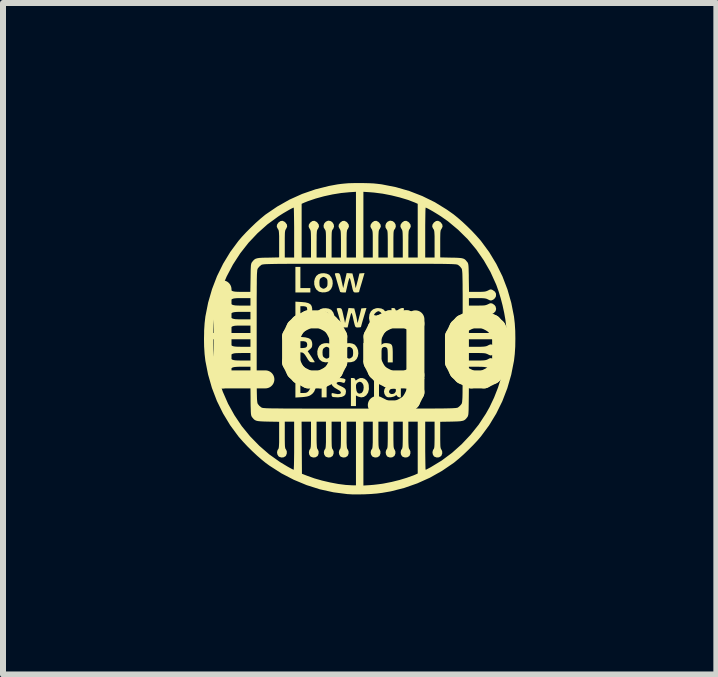
<source format=kicad_pcb>
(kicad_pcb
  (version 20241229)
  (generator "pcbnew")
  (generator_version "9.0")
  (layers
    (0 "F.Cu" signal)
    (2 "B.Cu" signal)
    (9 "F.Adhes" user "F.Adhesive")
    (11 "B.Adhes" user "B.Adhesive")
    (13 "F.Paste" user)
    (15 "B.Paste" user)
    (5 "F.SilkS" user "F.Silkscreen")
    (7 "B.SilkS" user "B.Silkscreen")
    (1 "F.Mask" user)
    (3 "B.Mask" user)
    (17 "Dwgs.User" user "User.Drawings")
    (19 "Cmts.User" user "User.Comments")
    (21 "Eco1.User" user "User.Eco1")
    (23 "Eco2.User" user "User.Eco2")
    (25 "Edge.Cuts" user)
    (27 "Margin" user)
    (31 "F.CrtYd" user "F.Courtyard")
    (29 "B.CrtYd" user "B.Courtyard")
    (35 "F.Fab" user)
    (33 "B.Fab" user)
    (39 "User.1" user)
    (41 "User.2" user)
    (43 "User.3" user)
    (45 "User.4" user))
  (footprint "Logo"
    (layer "F.Cu")
    (at 2.943 2.593)
    (property "Reference" "Logo" (at 0 0 0) (layer "F.SilkS") (effects (font (size 1.5 1.5) (thickness 0.3))))
    (attr board_only exclude_from_pos_files exclude_from_bom)
    (fp_poly (pts (xy -0.551 0.817) (xy -0.551 0.978) (xy -0.593 0.978) (xy -0.634 0.978) (xy -0.634 0.817) (xy -0.634 0.655) (xy -0.593 0.655) (xy -0.551 0.655)) (stroke (width 0) (type solid)) (fill yes) (layer "F.SilkS"))
    (fp_poly (pts (xy 0.322 0.749) (xy 0.322 0.978) (xy 0.281 0.978) (xy 0.239 0.978) (xy 0.239 0.749) (xy 0.239 0.52) (xy 0.281 0.52) (xy 0.322 0.52)) (stroke (width 0) (type solid)) (fill yes) (layer "F.SilkS"))
    (fp_poly (pts (xy -0.988 -1.019) (xy -0.988 -0.843) (xy -0.905 -0.843) (xy -0.822 -0.843) (xy -0.822 -0.806) (xy -0.822 -0.77) (xy -0.947 -0.77) (xy -1.071 -0.77) (xy -1.071 -0.983) (xy -1.071 -1.196) (xy -1.03 -1.196) (xy -0.988 -1.196)) (stroke (width 0) (type solid)) (fill yes) (layer "F.SilkS"))
    (fp_poly (pts (xy -0.568 0.527) (xy -0.553 0.547) (xy -0.551 0.562) (xy -0.559 0.588) (xy -0.579 0.602) (xy -0.605 0.602) (xy -0.629 0.587) (xy -0.642 0.57) (xy -0.645 0.562) (xy -0.637 0.546) (xy -0.619 0.529) (xy -0.6 0.52) (xy -0.598 0.52)) (stroke (width 0) (type solid)) (fill yes) (layer "F.SilkS"))
    (fp_poly (pts (xy 0.737 -0.503) (xy 0.738 -0.497) (xy 0.733 -0.463) (xy 0.719 -0.442) (xy 0.706 -0.437) (xy 0.677 -0.431) (xy 0.648 -0.417) (xy 0.626 -0.398) (xy 0.62 -0.39) (xy 0.617 -0.372) (xy 0.615 -0.339) (xy 0.614 -0.298) (xy 0.614 -0.28) (xy 0.614 -0.187) (xy 0.572 -0.187) (xy 0.53 -0.187) (xy 0.53 -0.348) (xy 0.53 -0.51) (xy 0.561 -0.51) (xy 0.583 -0.506) (xy 0.594 -0.492) (xy 0.598 -0.477) (xy 0.604 -0.455) (xy 0.61 -0.451) (xy 0.621 -0.463) (xy 0.623 -0.465) (xy 0.645 -0.485) (xy 0.673 -0.501) (xy 0.701 -0.51) (xy 0.724 -0.511)) (stroke (width 0) (type solid)) (fill yes) (layer "F.SilkS"))
    (fp_poly (pts (xy 0.789 0.657) (xy 0.836 0.66) (xy 0.874 0.776) (xy 0.911 0.892) (xy 0.951 0.774) (xy 0.99 0.655) (xy 1.034 0.655) (xy 1.079 0.655) (xy 1.004 0.853) (xy 0.98 0.915) (xy 0.957 0.971) (xy 0.937 1.018) (xy 0.92 1.053) (xy 0.91 1.072) (xy 0.909 1.073) (xy 0.882 1.095) (xy 0.848 1.111) (xy 0.813 1.122) (xy 0.783 1.123) (xy 0.766 1.116) (xy 0.761 1.102) (xy 0.759 1.081) (xy 0.762 1.061) (xy 0.773 1.052) (xy 0.798 1.049) (xy 0.828 1.042) (xy 0.849 1.023) (xy 0.855 1.013) (xy 0.874 0.981) (xy 0.807 0.818) (xy 0.741 0.654)) (stroke (width 0) (type solid)) (fill yes) (layer "F.SilkS"))
    (fp_poly (pts (xy -0.975 -0.611) (xy -0.907 -0.605) (xy -0.856 -0.593) (xy -0.822 -0.574) (xy -0.801 -0.545) (xy -0.792 -0.507) (xy -0.791 -0.481) (xy -0.796 -0.432) (xy -0.815 -0.396) (xy -0.849 -0.371) (xy -0.901 -0.354) (xy -0.918 -0.351) (xy -0.988 -0.339) (xy -0.988 -0.263) (xy -0.988 -0.187) (xy -1.03 -0.187) (xy -1.071 -0.187) (xy -1.071 -0.402) (xy -1.071 -0.541) (xy -0.988 -0.541) (xy -0.988 -0.478) (xy -0.988 -0.416) (xy -0.95 -0.416) (xy -0.919 -0.421) (xy -0.894 -0.432) (xy -0.893 -0.433) (xy -0.879 -0.457) (xy -0.874 -0.488) (xy -0.879 -0.517) (xy -0.886 -0.528) (xy -0.904 -0.536) (xy -0.933 -0.541) (xy -0.943 -0.541) (xy -0.988 -0.541) (xy -1.071 -0.541) (xy -1.071 -0.617)) (stroke (width 0) (type solid)) (fill yes) (layer "F.SilkS"))
    (fp_poly (pts (xy -0.973 0.554) (xy -0.898 0.561) (xy -0.841 0.576) (xy -0.797 0.6) (xy -0.765 0.633) (xy -0.752 0.655) (xy -0.732 0.711) (xy -0.727 0.771) (xy -0.736 0.831) (xy -0.759 0.883) (xy -0.783 0.913) (xy -0.811 0.936) (xy -0.841 0.953) (xy -0.878 0.964) (xy -0.927 0.971) (xy -0.975 0.975) (xy -1.071 0.981) (xy -1.071 0.765) (xy -1.071 0.624) (xy -0.988 0.624) (xy -0.988 0.764) (xy -0.988 0.905) (xy -0.935 0.905) (xy -0.9 0.903) (xy -0.875 0.894) (xy -0.853 0.875) (xy -0.828 0.837) (xy -0.815 0.79) (xy -0.814 0.74) (xy -0.826 0.693) (xy -0.85 0.655) (xy -0.86 0.645) (xy -0.893 0.629) (xy -0.938 0.624) (xy -0.988 0.624) (xy -1.071 0.624) (xy -1.071 0.548)) (stroke (width 0) (type solid)) (fill yes) (layer "F.SilkS"))
    (fp_poly (pts (xy -0.548 -1.083) (xy -0.51 -1.066) (xy -0.503 -1.06) (xy -0.472 -1.019) (xy -0.453 -0.971) (xy -0.449 -0.919) (xy -0.457 -0.87) (xy -0.478 -0.826) (xy -0.511 -0.794) (xy -0.523 -0.787) (xy -0.571 -0.773) (xy -0.625 -0.771) (xy -0.673 -0.782) (xy -0.682 -0.786) (xy -0.719 -0.815) (xy -0.744 -0.856) (xy -0.757 -0.904) (xy -0.757 -0.931) (xy -0.671 -0.931) (xy -0.669 -0.895) (xy -0.664 -0.872) (xy -0.651 -0.856) (xy -0.646 -0.852) (xy -0.623 -0.838) (xy -0.603 -0.832) (xy -0.582 -0.838) (xy -0.56 -0.852) (xy -0.546 -0.867) (xy -0.538 -0.888) (xy -0.536 -0.92) (xy -0.536 -0.931) (xy -0.537 -0.967) (xy -0.543 -0.99) (xy -0.556 -1.006) (xy -0.56 -1.01) (xy -0.584 -1.024) (xy -0.603 -1.03) (xy -0.624 -1.023) (xy -0.646 -1.01) (xy -0.661 -0.994) (xy -0.668 -0.974) (xy -0.671 -0.942) (xy -0.671 -0.931) (xy -0.757 -0.931) (xy -0.758 -0.955) (xy -0.746 -1.003) (xy -0.723 -1.045) (xy -0.687 -1.074) (xy -0.686 -1.075) (xy -0.644 -1.088) (xy -0.595 -1.091)) (stroke (width 0) (type solid)) (fill yes) (layer "F.SilkS"))
    (fp_poly (pts (xy -0.517 -0.501) (xy -0.479 -0.483) (xy -0.472 -0.478) (xy -0.44 -0.437) (xy -0.422 -0.388) (xy -0.417 -0.337) (xy -0.426 -0.287) (xy -0.446 -0.244) (xy -0.479 -0.212) (xy -0.492 -0.205) (xy -0.54 -0.191) (xy -0.593 -0.189) (xy -0.642 -0.2) (xy -0.651 -0.204) (xy -0.688 -0.232) (xy -0.713 -0.273) (xy -0.726 -0.321) (xy -0.726 -0.348) (xy -0.64 -0.348) (xy -0.638 -0.312) (xy -0.632 -0.289) (xy -0.62 -0.274) (xy -0.615 -0.27) (xy -0.591 -0.255) (xy -0.572 -0.25) (xy -0.551 -0.256) (xy -0.529 -0.27) (xy -0.514 -0.285) (xy -0.507 -0.305) (xy -0.505 -0.337) (xy -0.504 -0.348) (xy -0.506 -0.385) (xy -0.512 -0.407) (xy -0.524 -0.423) (xy -0.529 -0.427) (xy -0.553 -0.442) (xy -0.572 -0.447) (xy -0.593 -0.441) (xy -0.615 -0.427) (xy -0.63 -0.412) (xy -0.637 -0.392) (xy -0.64 -0.36) (xy -0.64 -0.348) (xy -0.726 -0.348) (xy -0.727 -0.372) (xy -0.715 -0.421) (xy -0.692 -0.462) (xy -0.656 -0.492) (xy -0.655 -0.492) (xy -0.612 -0.506) (xy -0.564 -0.508)) (stroke (width 0) (type solid)) (fill yes) (layer "F.SilkS"))
    (fp_poly (pts (xy -0.496 0.082) (xy -0.458 0.099) (xy -0.451 0.105) (xy -0.42 0.146) (xy -0.401 0.194) (xy -0.397 0.246) (xy -0.405 0.295) (xy -0.426 0.339) (xy -0.459 0.371) (xy -0.471 0.378) (xy -0.519 0.392) (xy -0.573 0.394) (xy -0.621 0.383) (xy -0.63 0.379) (xy -0.667 0.35) (xy -0.692 0.309) (xy -0.705 0.261) (xy -0.705 0.234) (xy -0.619 0.234) (xy -0.617 0.27) (xy -0.612 0.293) (xy -0.599 0.309) (xy -0.594 0.313) (xy -0.571 0.327) (xy -0.551 0.333) (xy -0.53 0.327) (xy -0.508 0.313) (xy -0.494 0.298) (xy -0.486 0.277) (xy -0.484 0.245) (xy -0.484 0.234) (xy -0.485 0.198) (xy -0.491 0.175) (xy -0.504 0.159) (xy -0.508 0.155) (xy -0.532 0.141) (xy -0.551 0.135) (xy -0.572 0.141) (xy -0.594 0.155) (xy -0.609 0.17) (xy -0.616 0.191) (xy -0.619 0.223) (xy -0.619 0.234) (xy -0.705 0.234) (xy -0.706 0.21) (xy -0.694 0.162) (xy -0.671 0.12) (xy -0.635 0.091) (xy -0.634 0.09) (xy -0.592 0.077) (xy -0.543 0.074)) (stroke (width 0) (type solid)) (fill yes) (layer "F.SilkS"))
    (fp_poly (pts (xy -0.274 0.663) (xy -0.262 0.666) (xy -0.241 0.676) (xy -0.236 0.688) (xy -0.241 0.708) (xy -0.25 0.729) (xy -0.26 0.737) (xy -0.279 0.734) (xy -0.3 0.727) (xy -0.333 0.721) (xy -0.361 0.723) (xy -0.381 0.733) (xy -0.385 0.744) (xy -0.376 0.757) (xy -0.352 0.773) (xy -0.325 0.786) (xy -0.28 0.808) (xy -0.251 0.827) (xy -0.235 0.847) (xy -0.229 0.872) (xy -0.229 0.885) (xy -0.236 0.925) (xy -0.259 0.953) (xy -0.298 0.97) (xy -0.355 0.977) (xy -0.373 0.977) (xy -0.409 0.975) (xy -0.438 0.973) (xy -0.45 0.971) (xy -0.465 0.957) (xy -0.468 0.935) (xy -0.468 0.917) (xy -0.463 0.908) (xy -0.45 0.907) (xy -0.423 0.913) (xy -0.41 0.916) (xy -0.364 0.924) (xy -0.332 0.92) (xy -0.314 0.909) (xy -0.314 0.891) (xy -0.331 0.869) (xy -0.367 0.847) (xy -0.419 0.816) (xy -0.453 0.786) (xy -0.468 0.755) (xy -0.467 0.72) (xy -0.462 0.703) (xy -0.443 0.681) (xy -0.41 0.666) (xy -0.367 0.657) (xy -0.32 0.656)) (stroke (width 0) (type solid)) (fill yes) (layer "F.SilkS"))
    (fp_poly (pts (xy -0.121 0.082) (xy -0.084 0.099) (xy -0.077 0.105) (xy -0.045 0.146) (xy -0.027 0.194) (xy -0.022 0.246) (xy -0.03 0.295) (xy -0.051 0.339) (xy -0.084 0.371) (xy -0.096 0.378) (xy -0.145 0.392) (xy -0.198 0.394) (xy -0.247 0.383) (xy -0.256 0.379) (xy -0.293 0.35) (xy -0.318 0.309) (xy -0.33 0.261) (xy -0.331 0.234) (xy -0.244 0.234) (xy -0.243 0.27) (xy -0.237 0.293) (xy -0.225 0.309) (xy -0.22 0.313) (xy -0.196 0.327) (xy -0.177 0.333) (xy -0.156 0.327) (xy -0.134 0.313) (xy -0.119 0.298) (xy -0.112 0.277) (xy -0.109 0.245) (xy -0.109 0.234) (xy -0.111 0.198) (xy -0.117 0.175) (xy -0.129 0.159) (xy -0.134 0.155) (xy -0.157 0.141) (xy -0.177 0.135) (xy -0.198 0.141) (xy -0.22 0.155) (xy -0.234 0.17) (xy -0.242 0.191) (xy -0.244 0.223) (xy -0.244 0.234) (xy -0.331 0.234) (xy -0.331 0.21) (xy -0.32 0.162) (xy -0.297 0.12) (xy -0.261 0.091) (xy -0.26 0.09) (xy -0.217 0.077) (xy -0.169 0.074)) (stroke (width 0) (type solid)) (fill yes) (layer "F.SilkS"))
    (fp_poly (pts (xy -0.088 0.66) (xy -0.076 0.675) (xy -0.076 0.676) (xy -0.069 0.693) (xy -0.065 0.697) (xy -0.055 0.691) (xy -0.035 0.677) (xy -0.034 0.676) (xy 0.005 0.657) (xy 0.046 0.656) (xy 0.085 0.67) (xy 0.118 0.699) (xy 0.142 0.739) (xy 0.151 0.772) (xy 0.154 0.841) (xy 0.14 0.899) (xy 0.109 0.944) (xy 0.069 0.971) (xy 0.024 0.978) (xy -0.025 0.965) (xy -0.032 0.962) (xy -0.062 0.946) (xy -0.062 1.035) (xy -0.062 1.123) (xy -0.104 1.123) (xy -0.146 1.123) (xy -0.146 0.889) (xy -0.146 0.805) (xy -0.061 0.805) (xy -0.06 0.824) (xy -0.052 0.873) (xy -0.034 0.904) (xy -0.009 0.916) (xy 0.024 0.908) (xy 0.031 0.905) (xy 0.047 0.888) (xy 0.06 0.861) (xy 0.061 0.858) (xy 0.067 0.812) (xy 0.062 0.773) (xy 0.046 0.743) (xy 0.024 0.723) (xy -0.003 0.718) (xy -0.032 0.73) (xy -0.043 0.74) (xy -0.055 0.755) (xy -0.061 0.775) (xy -0.061 0.805) (xy -0.146 0.805) (xy -0.146 0.655) (xy -0.113 0.655)) (stroke (width 0) (type solid)) (fill yes) (layer "F.SilkS"))
    (fp_poly (pts (xy -0.974 -0.028) (xy -0.906 -0.022) (xy -0.856 -0.01) (xy -0.822 0.007) (xy -0.802 0.034) (xy -0.792 0.069) (xy -0.79 0.097) (xy -0.793 0.128) (xy -0.803 0.151) (xy -0.825 0.174) (xy -0.828 0.176) (xy -0.866 0.209) (xy -0.807 0.297) (xy -0.783 0.334) (xy -0.763 0.365) (xy -0.751 0.385) (xy -0.749 0.391) (xy -0.758 0.393) (xy -0.781 0.394) (xy -0.792 0.393) (xy -0.813 0.391) (xy -0.829 0.385) (xy -0.844 0.371) (xy -0.862 0.347) (xy -0.883 0.312) (xy -0.909 0.272) (xy -0.929 0.248) (xy -0.946 0.235) (xy -0.96 0.231) (xy -0.988 0.227) (xy -0.988 0.311) (xy -0.988 0.395) (xy -1.03 0.395) (xy -1.071 0.395) (xy -1.071 0.18) (xy -1.071 0.042) (xy -0.988 0.042) (xy -0.988 0.099) (xy -0.988 0.156) (xy -0.951 0.156) (xy -0.92 0.153) (xy -0.895 0.146) (xy -0.894 0.145) (xy -0.878 0.127) (xy -0.874 0.099) (xy -0.88 0.068) (xy -0.9 0.05) (xy -0.935 0.042) (xy -0.951 0.042) (xy -0.988 0.042) (xy -1.071 0.042) (xy -1.071 -0.034)) (stroke (width 0) (type solid)) (fill yes) (layer "F.SilkS"))
    (fp_poly (pts (xy 0.36 -0.503) (xy 0.401 -0.483) (xy 0.429 -0.448) (xy 0.447 -0.396) (xy 0.452 -0.372) (xy 0.459 -0.322) (xy 0.349 -0.322) (xy 0.296 -0.321) (xy 0.259 -0.319) (xy 0.241 -0.314) (xy 0.239 -0.312) (xy 0.246 -0.298) (xy 0.263 -0.277) (xy 0.266 -0.274) (xy 0.285 -0.258) (xy 0.304 -0.251) (xy 0.332 -0.251) (xy 0.347 -0.253) (xy 0.381 -0.257) (xy 0.409 -0.263) (xy 0.419 -0.265) (xy 0.432 -0.267) (xy 0.436 -0.254) (xy 0.437 -0.241) (xy 0.433 -0.218) (xy 0.417 -0.204) (xy 0.404 -0.199) (xy 0.357 -0.189) (xy 0.305 -0.188) (xy 0.256 -0.196) (xy 0.229 -0.206) (xy 0.191 -0.238) (xy 0.166 -0.284) (xy 0.156 -0.341) (xy 0.156 -0.347) (xy 0.162 -0.396) (xy 0.239 -0.396) (xy 0.249 -0.39) (xy 0.275 -0.386) (xy 0.307 -0.385) (xy 0.345 -0.386) (xy 0.366 -0.39) (xy 0.374 -0.397) (xy 0.374 -0.4) (xy 0.366 -0.422) (xy 0.345 -0.443) (xy 0.321 -0.456) (xy 0.312 -0.458) (xy 0.291 -0.451) (xy 0.267 -0.434) (xy 0.247 -0.413) (xy 0.239 -0.396) (xy 0.239 -0.396) (xy 0.162 -0.396) (xy 0.164 -0.408) (xy 0.187 -0.456) (xy 0.224 -0.489) (xy 0.273 -0.507) (xy 0.305 -0.51)) (stroke (width 0) (type solid)) (fill yes) (layer "F.SilkS"))
    (fp_poly (pts (xy 0.119 0.079) (xy 0.13 0.093) (xy 0.135 0.106) (xy 0.143 0.108) (xy 0.161 0.098) (xy 0.17 0.093) (xy 0.212 0.077) (xy 0.258 0.074) (xy 0.3 0.084) (xy 0.316 0.094) (xy 0.343 0.115) (xy 0.373 0.093) (xy 0.397 0.079) (xy 0.422 0.074) (xy 0.459 0.075) (xy 0.493 0.08) (xy 0.517 0.089) (xy 0.534 0.104) (xy 0.544 0.13) (xy 0.549 0.169) (xy 0.551 0.224) (xy 0.551 0.261) (xy 0.551 0.395) (xy 0.51 0.395) (xy 0.468 0.395) (xy 0.468 0.282) (xy 0.467 0.228) (xy 0.465 0.191) (xy 0.461 0.168) (xy 0.454 0.154) (xy 0.452 0.152) (xy 0.424 0.137) (xy 0.395 0.141) (xy 0.374 0.156) (xy 0.365 0.168) (xy 0.359 0.184) (xy 0.355 0.208) (xy 0.354 0.246) (xy 0.354 0.286) (xy 0.354 0.395) (xy 0.312 0.395) (xy 0.27 0.395) (xy 0.27 0.308) (xy 0.269 0.24) (xy 0.262 0.19) (xy 0.251 0.158) (xy 0.234 0.141) (xy 0.209 0.137) (xy 0.193 0.139) (xy 0.173 0.151) (xy 0.159 0.174) (xy 0.15 0.212) (xy 0.146 0.267) (xy 0.146 0.297) (xy 0.146 0.395) (xy 0.104 0.395) (xy 0.062 0.395) (xy 0.062 0.234) (xy 0.062 0.073) (xy 0.093 0.073)) (stroke (width 0) (type solid)) (fill yes) (layer "F.SilkS"))
    (fp_poly (pts (xy 0.62 0.665) (xy 0.657 0.685) (xy 0.663 0.692) (xy 0.673 0.705) (xy 0.68 0.719) (xy 0.684 0.74) (xy 0.686 0.771) (xy 0.686 0.816) (xy 0.686 0.848) (xy 0.686 0.978) (xy 0.661 0.978) (xy 0.635 0.969) (xy 0.624 0.956) (xy 0.614 0.941) (xy 0.604 0.943) (xy 0.592 0.953) (xy 0.568 0.965) (xy 0.53 0.974) (xy 0.515 0.976) (xy 0.481 0.977) (xy 0.459 0.973) (xy 0.441 0.961) (xy 0.432 0.953) (xy 0.412 0.92) (xy 0.405 0.879) (xy 0.406 0.874) (xy 0.49 0.874) (xy 0.491 0.896) (xy 0.506 0.914) (xy 0.529 0.923) (xy 0.558 0.92) (xy 0.58 0.91) (xy 0.6 0.884) (xy 0.603 0.863) (xy 0.602 0.843) (xy 0.592 0.834) (xy 0.57 0.832) (xy 0.562 0.832) (xy 0.53 0.836) (xy 0.507 0.847) (xy 0.505 0.848) (xy 0.49 0.874) (xy 0.406 0.874) (xy 0.413 0.84) (xy 0.424 0.822) (xy 0.451 0.803) (xy 0.493 0.789) (xy 0.544 0.781) (xy 0.564 0.78) (xy 0.591 0.778) (xy 0.602 0.77) (xy 0.603 0.761) (xy 0.595 0.737) (xy 0.571 0.723) (xy 0.535 0.72) (xy 0.492 0.728) (xy 0.476 0.734) (xy 0.461 0.729) (xy 0.449 0.711) (xy 0.442 0.69) (xy 0.447 0.677) (xy 0.467 0.667) (xy 0.505 0.66) (xy 0.508 0.66) (xy 0.569 0.656)) (stroke (width 0) (type solid)) (fill yes) (layer "F.SilkS"))
    (fp_poly (pts (xy 0.036 -0.939) (xy 0.02 -0.886) (xy 0.006 -0.839) (xy -0.004 -0.803) (xy -0.009 -0.782) (xy -0.01 -0.777) (xy -0.02 -0.773) (xy -0.043 -0.77) (xy -0.057 -0.77) (xy -0.076 -0.77) (xy -0.09 -0.772) (xy -0.1 -0.779) (xy -0.108 -0.794) (xy -0.117 -0.819) (xy -0.126 -0.859) (xy -0.139 -0.916) (xy -0.141 -0.926) (xy -0.15 -0.964) (xy -0.159 -0.995) (xy -0.166 -1.011) (xy -0.166 -1.012) (xy -0.172 -1.006) (xy -0.18 -0.984) (xy -0.191 -0.947) (xy -0.202 -0.901) (xy -0.203 -0.895) (xy -0.232 -0.77) (xy -0.278 -0.77) (xy -0.309 -0.773) (xy -0.326 -0.78) (xy -0.327 -0.783) (xy -0.331 -0.796) (xy -0.34 -0.825) (xy -0.352 -0.866) (xy -0.366 -0.914) (xy -0.381 -0.965) (xy -0.395 -1.015) (xy -0.408 -1.059) (xy -0.412 -1.074) (xy -0.412 -1.086) (xy -0.4 -1.091) (xy -0.376 -1.092) (xy -0.358 -1.092) (xy -0.345 -1.089) (xy -0.335 -1.08) (xy -0.326 -1.063) (xy -0.318 -1.035) (xy -0.308 -0.993) (xy -0.295 -0.934) (xy -0.292 -0.923) (xy -0.275 -0.842) (xy -0.246 -0.968) (xy -0.217 -1.093) (xy -0.169 -1.09) (xy -0.121 -1.087) (xy -0.097 -0.993) (xy -0.086 -0.948) (xy -0.078 -0.907) (xy -0.073 -0.876) (xy -0.072 -0.869) (xy -0.071 -0.849) (xy -0.067 -0.849) (xy -0.063 -0.858) (xy -0.057 -0.877) (xy -0.048 -0.91) (xy -0.037 -0.953) (xy -0.029 -0.983) (xy -0.004 -1.087) (xy 0.039 -1.09) (xy 0.081 -1.093)) (stroke (width 0) (type solid)) (fill yes) (layer "F.SilkS"))
    (fp_poly (pts (xy 0.067 -0.357) (xy 0.051 -0.303) (xy 0.038 -0.257) (xy 0.028 -0.221) (xy 0.022 -0.199) (xy 0.021 -0.195) (xy 0.012 -0.19) (xy -0.012 -0.188) (xy -0.026 -0.187) (xy -0.045 -0.187) (xy -0.058 -0.189) (xy -0.069 -0.196) (xy -0.077 -0.211) (xy -0.085 -0.237) (xy -0.095 -0.277) (xy -0.108 -0.333) (xy -0.11 -0.343) (xy -0.119 -0.382) (xy -0.128 -0.412) (xy -0.134 -0.429) (xy -0.135 -0.43) (xy -0.14 -0.424) (xy -0.149 -0.401) (xy -0.159 -0.365) (xy -0.171 -0.319) (xy -0.172 -0.313) (xy -0.201 -0.187) (xy -0.246 -0.187) (xy -0.277 -0.19) (xy -0.295 -0.198) (xy -0.296 -0.2) (xy -0.3 -0.214) (xy -0.309 -0.243) (xy -0.321 -0.284) (xy -0.335 -0.332) (xy -0.35 -0.383) (xy -0.364 -0.432) (xy -0.377 -0.476) (xy -0.381 -0.491) (xy -0.381 -0.503) (xy -0.369 -0.509) (xy -0.344 -0.51) (xy -0.327 -0.509) (xy -0.314 -0.506) (xy -0.304 -0.498) (xy -0.295 -0.481) (xy -0.287 -0.453) (xy -0.277 -0.411) (xy -0.264 -0.351) (xy -0.261 -0.341) (xy -0.244 -0.26) (xy -0.215 -0.385) (xy -0.186 -0.511) (xy -0.138 -0.508) (xy -0.09 -0.504) (xy -0.066 -0.411) (xy -0.055 -0.366) (xy -0.047 -0.324) (xy -0.042 -0.294) (xy -0.041 -0.286) (xy -0.04 -0.267) (xy -0.036 -0.266) (xy -0.032 -0.276) (xy -0.026 -0.294) (xy -0.017 -0.328) (xy -0.006 -0.371) (xy 0.002 -0.4) (xy 0.027 -0.504) (xy 0.07 -0.508) (xy 0.113 -0.511)) (stroke (width 0) (type solid)) (fill yes) (layer "F.SilkS"))
    (fp_poly (pts (xy 0.09 -2.592) (xy 0.164 -2.59) (xy 0.229 -2.587) (xy 0.288 -2.581) (xy 0.348 -2.574) (xy 0.369 -2.571) (xy 0.603 -2.525) (xy 0.828 -2.46) (xy 1.044 -2.376) (xy 1.252 -2.274) (xy 1.45 -2.152) (xy 1.565 -2.071) (xy 1.634 -2.015) (xy 1.711 -1.948) (xy 1.791 -1.873) (xy 1.87 -1.795) (xy 1.943 -1.717) (xy 2.006 -1.646) (xy 2.021 -1.628) (xy 2.158 -1.442) (xy 2.277 -1.245) (xy 2.379 -1.038) (xy 2.462 -0.821) (xy 2.526 -0.597) (xy 2.571 -0.369) (xy 2.584 -0.257) (xy 2.592 -0.132) (xy 2.594 -0.000107) (xy 2.592 0.132) (xy 2.584 0.257) (xy 2.571 0.369) (xy 2.571 0.369) (xy 2.525 0.601) (xy 2.46 0.826) (xy 2.377 1.042) (xy 2.275 1.249) (xy 2.156 1.445) (xy 2.021 1.628) (xy 1.962 1.697) (xy 1.891 1.773) (xy 1.813 1.851) (xy 1.733 1.928) (xy 1.654 1.998) (xy 1.583 2.057) (xy 1.565 2.071) (xy 1.373 2.202) (xy 1.171 2.316) (xy 0.96 2.411) (xy 0.743 2.487) (xy 0.519 2.544) (xy 0.374 2.569) (xy 0.287 2.58) (xy 0.188 2.588) (xy 0.084 2.593) (xy -0.019 2.595) (xy -0.115 2.595) (xy -0.198 2.59) (xy -0.203 2.59) (xy -0.436 2.56) (xy -0.663 2.51) (xy -0.884 2.44) (xy -1.098 2.351) (xy -1.304 2.244) (xy -1.5 2.118) (xy -1.565 2.071) (xy -1.634 2.015) (xy -1.711 1.948) (xy -1.791 1.873) (xy -1.87 1.795) (xy -1.943 1.717) (xy -2.006 1.646) (xy -2.021 1.628) (xy -2.158 1.442) (xy -2.277 1.245) (xy -2.379 1.038) (xy -2.462 0.821) (xy -2.526 0.597) (xy -2.571 0.369) (xy -2.584 0.257) (xy -2.592 0.132) (xy -2.594 0.01) (xy -2.444 0.01) (xy -2.444 0.086) (xy -2.441 0.177) (xy -2.43 0.283) (xy -2.413 0.399) (xy -2.403 0.459) (xy -2.352 0.674) (xy -2.281 0.883) (xy -2.193 1.084) (xy -2.087 1.275) (xy -1.965 1.457) (xy -1.826 1.627) (xy -1.673 1.784) (xy -1.507 1.928) (xy -1.327 2.056) (xy -1.199 2.133) (xy -1.159 2.155) (xy -1.127 2.172) (xy -1.106 2.182) (xy -1.1 2.184) (xy -1.098 2.174) (xy -1.097 2.146) (xy -1.095 2.101) (xy -1.094 2.042) (xy -1.093 1.971) (xy -1.092 1.891) (xy -1.092 1.803) (xy -1.092 1.784) (xy -1.092 1.383) (xy -0.968 1.383) (xy -0.965 1.817) (xy -0.962 2.251) (xy -0.874 2.285) (xy -0.754 2.328) (xy -0.624 2.365) (xy -0.49 2.396) (xy -0.357 2.421) (xy -0.232 2.437) (xy -0.127 2.443) (xy -0.062 2.444) (xy -0.062 1.914) (xy -0.062 1.383) (xy 0.062 1.383) (xy 0.062 1.915) (xy 0.062 2.447) (xy 0.173 2.44) (xy 0.233 2.435) (xy 0.303 2.427) (xy 0.371 2.418) (xy 0.402 2.413) (xy 0.533 2.387) (xy 0.662 2.355) (xy 0.784 2.318) (xy 0.893 2.279) (xy 0.92 2.268) (xy 0.967 2.247) (xy 0.967 1.815) (xy 0.967 1.784) (xy 1.092 1.784) (xy 1.092 1.873) (xy 1.093 1.955) (xy 1.094 2.028) (xy 1.095 2.09) (xy 1.096 2.138) (xy 1.097 2.17) (xy 1.099 2.184) (xy 1.099 2.184) (xy 1.111 2.18) (xy 1.136 2.167) (xy 1.17 2.149) (xy 1.185 2.141) (xy 1.366 2.031) (xy 1.538 1.903) (xy 1.699 1.759) (xy 1.848 1.601) (xy 1.983 1.432) (xy 2.102 1.251) (xy 2.163 1.143) (xy 2.239 0.983) (xy 2.305 0.815) (xy 2.359 0.643) (xy 2.401 0.471) (xy 2.429 0.303) (xy 2.443 0.143) (xy 2.444 0.086) (xy 2.444 0.01) (xy 2.132 0.01) (xy 1.82 0.01) (xy 1.82 0.073) (xy 1.82 0.135) (xy 1.958 0.135) (xy 2.016 0.135) (xy 2.058 0.133) (xy 2.088 0.13) (xy 2.111 0.125) (xy 2.131 0.117) (xy 2.139 0.112) (xy 2.167 0.099) (xy 2.186 0.095) (xy 2.205 0.1) (xy 2.218 0.106) (xy 2.253 0.132) (xy 2.271 0.166) (xy 2.272 0.202) (xy 2.257 0.237) (xy 2.226 0.264) (xy 2.218 0.268) (xy 2.195 0.278) (xy 2.178 0.279) (xy 2.156 0.271) (xy 2.139 0.262) (xy 2.119 0.253) (xy 2.098 0.246) (xy 2.072 0.242) (xy 2.035 0.24) (xy 1.985 0.239) (xy 1.958 0.239) (xy 1.82 0.239) (xy 1.82 0.302) (xy 1.82 0.364) (xy 1.958 0.364) (xy 2.016 0.364) (xy 2.058 0.362) (xy 2.088 0.359) (xy 2.111 0.354) (xy 2.131 0.346) (xy 2.139 0.341) (xy 2.167 0.327) (xy 2.186 0.324) (xy 2.205 0.329) (xy 2.218 0.335) (xy 2.253 0.361) (xy 2.271 0.394) (xy 2.272 0.431) (xy 2.257 0.466) (xy 2.226 0.493) (xy 2.218 0.497) (xy 2.195 0.507) (xy 2.178 0.508) (xy 2.156 0.5) (xy 2.139 0.491) (xy 2.119 0.481) (xy 2.098 0.475) (xy 2.072 0.471) (xy 2.035 0.469) (xy 1.985 0.468) (xy 1.958 0.468) (xy 1.82 0.468) (xy 1.82 0.53) (xy 1.82 0.593) (xy 1.958 0.593) (xy 2.016 0.593) (xy 2.058 0.591) (xy 2.088 0.588) (xy 2.111 0.583) (xy 2.131 0.574) (xy 2.139 0.57) (xy 2.167 0.556) (xy 2.186 0.552) (xy 2.205 0.557) (xy 2.218 0.564) (xy 2.253 0.59) (xy 2.271 0.623) (xy 2.272 0.66) (xy 2.257 0.694) (xy 2.226 0.722) (xy 2.218 0.726) (xy 2.195 0.736) (xy 2.178 0.737) (xy 2.156 0.729) (xy 2.139 0.72) (xy 2.119 0.71) (xy 2.098 0.704) (xy 2.072 0.7) (xy 2.035 0.698) (xy 1.984 0.697) (xy 1.959 0.697) (xy 1.821 0.697) (xy 1.818 0.987) (xy 1.817 1.073) (xy 1.816 1.14) (xy 1.815 1.192) (xy 1.813 1.23) (xy 1.811 1.258) (xy 1.807 1.277) (xy 1.803 1.291) (xy 1.798 1.301) (xy 1.794 1.307) (xy 1.775 1.331) (xy 1.757 1.349) (xy 1.737 1.362) (xy 1.71 1.37) (xy 1.675 1.376) (xy 1.628 1.379) (xy 1.564 1.381) (xy 1.528 1.382) (xy 1.342 1.385) (xy 1.342 1.604) (xy 1.342 1.679) (xy 1.343 1.735) (xy 1.344 1.776) (xy 1.346 1.805) (xy 1.35 1.824) (xy 1.354 1.836) (xy 1.359 1.843) (xy 1.374 1.874) (xy 1.376 1.911) (xy 1.364 1.945) (xy 1.354 1.958) (xy 1.322 1.977) (xy 1.284 1.98) (xy 1.249 1.968) (xy 1.235 1.958) (xy 1.218 1.927) (xy 1.213 1.891) (xy 1.222 1.856) (xy 1.23 1.843) (xy 1.236 1.835) (xy 1.241 1.821) (xy 1.244 1.801) (xy 1.246 1.77) (xy 1.247 1.727) (xy 1.248 1.668) (xy 1.248 1.604) (xy 1.248 1.383) (xy 1.17 1.383) (xy 1.092 1.383) (xy 1.092 1.784) (xy 0.967 1.784) (xy 0.967 1.383) (xy 0.889 1.383) (xy 0.811 1.383) (xy 0.811 1.604) (xy 0.811 1.678) (xy 0.812 1.734) (xy 0.814 1.776) (xy 0.816 1.805) (xy 0.819 1.824) (xy 0.824 1.836) (xy 0.829 1.843) (xy 0.844 1.874) (xy 0.845 1.911) (xy 0.834 1.945) (xy 0.824 1.958) (xy 0.792 1.977) (xy 0.754 1.98) (xy 0.718 1.968) (xy 0.705 1.958) (xy 0.687 1.927) (xy 0.683 1.891) (xy 0.691 1.856) (xy 0.7 1.843) (xy 0.706 1.835) (xy 0.71 1.821) (xy 0.714 1.801) (xy 0.716 1.77) (xy 0.717 1.727) (xy 0.718 1.668) (xy 0.718 1.604) (xy 0.718 1.383) (xy 0.64 1.383) (xy 0.562 1.383) (xy 0.562 1.604) (xy 0.562 1.678) (xy 0.563 1.734) (xy 0.564 1.776) (xy 0.566 1.805) (xy 0.57 1.824) (xy 0.574 1.836) (xy 0.579 1.843) (xy 0.594 1.874) (xy 0.596 1.911) (xy 0.584 1.945) (xy 0.574 1.958) (xy 0.542 1.977) (xy 0.504 1.98) (xy 0.468 1.968) (xy 0.455 1.958) (xy 0.438 1.927) (xy 0.433 1.891) (xy 0.442 1.856) (xy 0.45 1.843) (xy 0.456 1.835) (xy 0.461 1.821) (xy 0.464 1.801) (xy 0.466 1.77) (xy 0.467 1.727) (xy 0.468 1.668) (xy 0.468 1.604) (xy 0.468 1.383) (xy 0.39 1.383) (xy 0.312 1.383) (xy 0.312 1.604) (xy 0.312 1.678) (xy 0.313 1.734) (xy 0.314 1.776) (xy 0.317 1.805) (xy 0.32 1.824) (xy 0.325 1.836) (xy 0.33 1.843) (xy 0.345 1.874) (xy 0.346 1.911) (xy 0.335 1.945) (xy 0.325 1.958) (xy 0.293 1.977) (xy 0.255 1.98) (xy 0.219 1.968) (xy 0.206 1.958) (xy 0.188 1.927) (xy 0.183 1.891) (xy 0.192 1.856) (xy 0.201 1.843) (xy 0.207 1.835) (xy 0.211 1.821) (xy 0.214 1.801) (xy 0.216 1.77) (xy 0.218 1.727) (xy 0.218 1.668) (xy 0.218 1.604) (xy 0.218 1.383) (xy 0.14 1.383) (xy 0.062 1.383) (xy -0.062 1.383) (xy -0.14 1.383) (xy -0.218 1.383) (xy -0.218 1.604) (xy -0.218 1.678) (xy -0.218 1.734) (xy -0.216 1.776) (xy -0.214 1.805) (xy -0.211 1.824) (xy -0.206 1.836) (xy -0.201 1.843) (xy -0.186 1.874) (xy -0.184 1.911) (xy -0.196 1.945) (xy -0.206 1.958) (xy -0.238 1.977) (xy -0.276 1.98) (xy -0.312 1.968) (xy -0.325 1.958) (xy -0.342 1.927) (xy -0.347 1.891) (xy -0.338 1.856) (xy -0.33 1.843) (xy -0.324 1.835) (xy -0.319 1.821) (xy -0.316 1.801) (xy -0.314 1.77) (xy -0.313 1.727) (xy -0.312 1.668) (xy -0.312 1.604) (xy -0.312 1.383) (xy -0.39 1.383) (xy -0.468 1.383) (xy -0.468 1.604) (xy -0.468 1.678) (xy -0.467 1.734) (xy -0.466 1.776) (xy -0.464 1.805) (xy -0.46 1.824) (xy -0.456 1.836) (xy -0.45 1.843) (xy -0.435 1.874) (xy -0.434 1.911) (xy -0.446 1.945) (xy -0.455 1.958) (xy -0.487 1.977) (xy -0.525 1.98) (xy -0.561 1.968) (xy -0.574 1.958) (xy -0.592 1.927) (xy -0.597 1.891) (xy -0.588 1.856) (xy -0.579 1.843) (xy -0.573 1.835) (xy -0.569 1.821) (xy -0.566 1.801) (xy -0.564 1.77) (xy -0.562 1.727) (xy -0.562 1.668) (xy -0.562 1.604) (xy -0.562 1.383) (xy -0.64 1.383) (xy -0.718 1.383) (xy -0.718 1.604) (xy -0.718 1.678) (xy -0.717 1.734) (xy -0.715 1.776) (xy -0.713 1.805) (xy -0.71 1.824) (xy -0.705 1.836) (xy -0.7 1.843) (xy -0.685 1.874) (xy -0.684 1.911) (xy -0.695 1.945) (xy -0.705 1.958) (xy -0.737 1.977) (xy -0.775 1.98) (xy -0.811 1.968) (xy -0.824 1.958) (xy -0.842 1.927) (xy -0.846 1.891) (xy -0.838 1.856) (xy -0.829 1.843) (xy -0.823 1.835) (xy -0.819 1.821) (xy -0.815 1.801) (xy -0.813 1.77) (xy -0.812 1.727) (xy -0.811 1.668) (xy -0.811 1.604) (xy -0.811 1.383) (xy -0.889 1.383) (xy -0.968 1.383) (xy -1.092 1.383) (xy -1.17 1.383) (xy -1.248 1.383) (xy -1.248 1.604) (xy -1.248 1.678) (xy -1.247 1.734) (xy -1.246 1.776) (xy -1.244 1.805) (xy -1.24 1.824) (xy -1.236 1.836) (xy -1.23 1.843) (xy -1.215 1.874) (xy -1.214 1.911) (xy -1.226 1.945) (xy -1.235 1.958) (xy -1.268 1.977) (xy -1.306 1.98) (xy -1.341 1.968) (xy -1.354 1.958) (xy -1.372 1.927) (xy -1.377 1.891) (xy -1.368 1.856) (xy -1.359 1.843) (xy -1.353 1.835) (xy -1.349 1.821) (xy -1.346 1.801) (xy -1.344 1.77) (xy -1.342 1.727) (xy -1.342 1.668) (xy -1.342 1.604) (xy -1.342 1.385) (xy -1.528 1.382) (xy -1.6 1.38) (xy -1.655 1.377) (xy -1.695 1.373) (xy -1.725 1.366) (xy -1.748 1.355) (xy -1.766 1.34) (xy -1.784 1.319) (xy -1.794 1.307) (xy -1.8 1.297) (xy -1.805 1.286) (xy -1.809 1.27) (xy -1.812 1.248) (xy -1.814 1.217) (xy -1.815 1.174) (xy -1.817 1.116) (xy -1.818 1.042) (xy -1.818 0.987) (xy -1.821 0.697) (xy -1.959 0.697) (xy -2.017 0.697) (xy -2.058 0.699) (xy -2.088 0.702) (xy -2.111 0.707) (xy -2.131 0.716) (xy -2.139 0.72) (xy -2.167 0.733) (xy -2.186 0.737) (xy -2.205 0.732) (xy -2.218 0.726) (xy -2.253 0.7) (xy -2.271 0.666) (xy -2.272 0.63) (xy -2.257 0.595) (xy -2.226 0.568) (xy -2.218 0.564) (xy -2.195 0.554) (xy -2.178 0.553) (xy -2.156 0.561) (xy -2.139 0.57) (xy -2.119 0.579) (xy -2.098 0.586) (xy -2.072 0.59) (xy -2.035 0.592) (xy -1.985 0.593) (xy -1.958 0.593) (xy -1.82 0.593) (xy -1.82 0.53) (xy -1.82 0.468) (xy -1.958 0.468) (xy -2.016 0.468) (xy -2.058 0.47) (xy -2.088 0.473) (xy -2.111 0.478) (xy -2.131 0.487) (xy -2.139 0.491) (xy -2.167 0.505) (xy -2.186 0.509) (xy -2.205 0.503) (xy -2.218 0.497) (xy -2.253 0.471) (xy -2.271 0.438) (xy -2.272 0.401) (xy -2.257 0.366) (xy -2.226 0.339) (xy -2.218 0.335) (xy -2.195 0.325) (xy -2.178 0.324) (xy -2.156 0.332) (xy -2.139 0.341) (xy -2.119 0.351) (xy -2.098 0.357) (xy -2.072 0.361) (xy -2.035 0.363) (xy -1.985 0.364) (xy -1.958 0.364) (xy -1.82 0.364) (xy -1.82 0.302) (xy -1.82 0.239) (xy -1.958 0.239) (xy -2.016 0.24) (xy -2.058 0.241) (xy -2.088 0.244) (xy -2.111 0.25) (xy -2.131 0.258) (xy -2.139 0.262) (xy -2.167 0.276) (xy -2.186 0.28) (xy -2.205 0.275) (xy -2.218 0.268) (xy -2.253 0.243) (xy -2.271 0.209) (xy -2.272 0.172) (xy -2.257 0.138) (xy -2.226 0.11) (xy -2.218 0.106) (xy -2.195 0.096) (xy -2.178 0.095) (xy -2.156 0.104) (xy -2.139 0.112) (xy -2.119 0.122) (xy -2.098 0.128) (xy -2.072 0.132) (xy -2.035 0.134) (xy -1.985 0.135) (xy -1.958 0.135) (xy -1.82 0.135) (xy -1.82 0.073) (xy -1.82 0.01) (xy -2.132 0.01) (xy -2.444 0.01) (xy -2.594 0.01) (xy -2.594 0.000107) (xy -2.593 -0.042) (xy -1.716 -0.042) (xy -1.716 0.133) (xy -1.716 0.289) (xy -1.716 0.426) (xy -1.716 0.545) (xy -1.716 0.649) (xy -1.715 0.738) (xy -1.715 0.814) (xy -1.714 0.877) (xy -1.713 0.929) (xy -1.712 0.971) (xy -1.711 1.004) (xy -1.709 1.029) (xy -1.707 1.049) (xy -1.705 1.063) (xy -1.703 1.073) (xy -1.7 1.081) (xy -1.697 1.087) (xy -1.695 1.09) (xy -1.672 1.119) (xy -1.642 1.143) (xy -1.641 1.144) (xy -1.636 1.147) (xy -1.63 1.149) (xy -1.623 1.152) (xy -1.613 1.154) (xy -1.599 1.156) (xy -1.58 1.157) (xy -1.555 1.159) (xy -1.524 1.16) (xy -1.485 1.161) (xy -1.437 1.162) (xy -1.379 1.162) (xy -1.311 1.163) (xy -1.231 1.164) (xy -1.138 1.164) (xy -1.032 1.164) (xy -0.911 1.165) (xy -0.774 1.165) (xy -0.621 1.165) (xy -0.45 1.165) (xy -0.261 1.165) (xy -0.051 1.165) (xy 0 1.165) (xy 0.214 1.165) (xy 0.408 1.165) (xy 0.583 1.165) (xy 0.74 1.165) (xy 0.88 1.165) (xy 1.005 1.164) (xy 1.115 1.164) (xy 1.21 1.164) (xy 1.293 1.163) (xy 1.364 1.163) (xy 1.424 1.162) (xy 1.474 1.161) (xy 1.515 1.16) (xy 1.548 1.159) (xy 1.575 1.157) (xy 1.595 1.156) (xy 1.61 1.154) (xy 1.621 1.152) (xy 1.629 1.15) (xy 1.635 1.148) (xy 1.64 1.145) (xy 1.641 1.144) (xy 1.67 1.12) (xy 1.695 1.091) (xy 1.695 1.09) (xy 1.699 1.084) (xy 1.702 1.077) (xy 1.704 1.068) (xy 1.707 1.056) (xy 1.708 1.039) (xy 1.71 1.016) (xy 1.712 0.986) (xy 1.713 0.949) (xy 1.714 0.901) (xy 1.714 0.843) (xy 1.715 0.773) (xy 1.715 0.691) (xy 1.716 0.594) (xy 1.716 0.481) (xy 1.716 0.352) (xy 1.716 0.205) (xy 1.716 0.039) (xy 1.716 -0.042) (xy 1.716 -0.217) (xy 1.716 -0.372) (xy 1.716 -0.509) (xy 1.716 -0.629) (xy 1.716 -0.732) (xy 1.715 -0.821) (xy 1.715 -0.897) (xy 1.714 -0.96) (xy 1.713 -1.012) (xy 1.712 -1.054) (xy 1.711 -1.087) (xy 1.709 -1.113) (xy 1.707 -1.132) (xy 1.705 -1.146) (xy 1.703 -1.157) (xy 1.7 -1.164) (xy 1.697 -1.17) (xy 1.695 -1.173) (xy 1.672 -1.202) (xy 1.642 -1.227) (xy 1.641 -1.227) (xy 1.636 -1.23) (xy 1.63 -1.233) (xy 1.623 -1.235) (xy 1.613 -1.237) (xy 1.599 -1.239) (xy 1.58 -1.24) (xy 1.555 -1.242) (xy 1.524 -1.243) (xy 1.485 -1.244) (xy 1.437 -1.245) (xy 1.379 -1.246) (xy 1.311 -1.246) (xy 1.231 -1.247) (xy 1.138 -1.247) (xy 1.032 -1.248) (xy 0.911 -1.248) (xy 0.774 -1.248) (xy 0.621 -1.248) (xy 0.45 -1.248) (xy 0.261 -1.248) (xy 0.051 -1.248) (xy 0 -1.248) (xy -0.214 -1.248) (xy -0.408 -1.248) (xy -0.583 -1.248) (xy -0.74 -1.248) (xy -0.88 -1.248) (xy -1.005 -1.248) (xy -1.115 -1.247) (xy -1.21 -1.247) (xy -1.293 -1.246) (xy -1.364 -1.246) (xy -1.424 -1.245) (xy -1.474 -1.244) (xy -1.515 -1.243) (xy -1.548 -1.242) (xy -1.575 -1.241) (xy -1.595 -1.239) (xy -1.61 -1.237) (xy -1.621 -1.235) (xy -1.629 -1.233) (xy -1.635 -1.231) (xy -1.64 -1.228) (xy -1.641 -1.227) (xy -1.67 -1.203) (xy -1.695 -1.174) (xy -1.695 -1.173) (xy -1.699 -1.167) (xy -1.702 -1.16) (xy -1.704 -1.151) (xy -1.707 -1.139) (xy -1.708 -1.122) (xy -1.71 -1.099) (xy -1.712 -1.07) (xy -1.713 -1.032) (xy -1.714 -0.984) (xy -1.714 -0.926) (xy -1.715 -0.857) (xy -1.715 -0.774) (xy -1.716 -0.677) (xy -1.716 -0.564) (xy -1.716 -0.435) (xy -1.716 -0.288) (xy -1.716 -0.122) (xy -1.716 -0.042) (xy -2.593 -0.042) (xy -2.592 -0.094) (xy -2.444 -0.094) (xy -2.132 -0.094) (xy -1.82 -0.094) (xy -1.82 -0.156) (xy -1.82 -0.218) (xy -1.958 -0.218) (xy -2.016 -0.218) (xy -2.058 -0.217) (xy -2.088 -0.214) (xy -2.111 -0.208) (xy -2.131 -0.2) (xy -2.139 -0.195) (xy -2.167 -0.182) (xy -2.186 -0.178) (xy -2.205 -0.183) (xy -2.218 -0.189) (xy -2.254 -0.215) (xy -2.272 -0.25) (xy -2.271 -0.289) (xy -2.265 -0.306) (xy -2.241 -0.337) (xy -2.215 -0.354) (xy -2.192 -0.361) (xy -2.172 -0.36) (xy -2.147 -0.349) (xy -2.139 -0.345) (xy -2.119 -0.336) (xy -2.097 -0.329) (xy -2.071 -0.325) (xy -2.034 -0.323) (xy -1.982 -0.322) (xy -1.958 -0.322) (xy -1.82 -0.322) (xy -1.82 -0.385) (xy -1.82 -0.447) (xy -1.958 -0.447) (xy -2.016 -0.447) (xy -2.058 -0.445) (xy -2.088 -0.442) (xy -2.111 -0.437) (xy -2.131 -0.429) (xy -2.139 -0.425) (xy -2.167 -0.411) (xy -2.187 -0.408) (xy -2.209 -0.413) (xy -2.215 -0.416) (xy -2.247 -0.439) (xy -2.265 -0.465) (xy -2.275 -0.49) (xy -2.275 -0.51) (xy -2.265 -0.534) (xy -2.241 -0.566) (xy -2.215 -0.583) (xy -2.192 -0.59) (xy -2.172 -0.589) (xy -2.147 -0.578) (xy -2.139 -0.574) (xy -2.119 -0.564) (xy -2.097 -0.558) (xy -2.071 -0.554) (xy -2.034 -0.552) (xy -1.982 -0.551) (xy -1.958 -0.551) (xy -1.82 -0.551) (xy -1.82 -0.614) (xy -1.82 -0.676) (xy -1.958 -0.676) (xy -2.016 -0.676) (xy -2.058 -0.674) (xy -2.088 -0.671) (xy -2.111 -0.666) (xy -2.131 -0.657) (xy -2.139 -0.653) (xy -2.167 -0.64) (xy -2.187 -0.637) (xy -2.209 -0.642) (xy -2.215 -0.645) (xy -2.247 -0.667) (xy -2.265 -0.693) (xy -2.274 -0.732) (xy -2.264 -0.769) (xy -2.235 -0.799) (xy -2.218 -0.809) (xy -2.195 -0.819) (xy -2.178 -0.82) (xy -2.156 -0.812) (xy -2.139 -0.803) (xy -2.119 -0.793) (xy -2.098 -0.787) (xy -2.071 -0.783) (xy -2.035 -0.781) (xy -1.984 -0.78) (xy -1.959 -0.78) (xy -1.822 -0.78) (xy -1.818 -1.013) (xy -1.817 -1.089) (xy -1.816 -1.148) (xy -1.814 -1.191) (xy -1.812 -1.222) (xy -1.808 -1.243) (xy -1.804 -1.258) (xy -1.798 -1.27) (xy -1.794 -1.275) (xy -1.775 -1.299) (xy -1.757 -1.317) (xy -1.737 -1.33) (xy -1.71 -1.339) (xy -1.675 -1.345) (xy -1.628 -1.348) (xy -1.564 -1.35) (xy -1.528 -1.35) (xy -1.342 -1.354) (xy -1.342 -1.578) (xy -1.342 -1.652) (xy -1.342 -1.708) (xy -1.344 -1.75) (xy -1.346 -1.779) (xy -1.349 -1.799) (xy -1.353 -1.813) (xy -1.36 -1.824) (xy -1.363 -1.828) (xy -1.381 -1.864) (xy -1.378 -1.898) (xy -1.355 -1.933) (xy -1.353 -1.935) (xy -1.318 -1.96) (xy -1.284 -1.964) (xy -1.25 -1.947) (xy -1.237 -1.935) (xy -1.212 -1.901) (xy -1.209 -1.866) (xy -1.226 -1.83) (xy -1.227 -1.828) (xy -1.234 -1.818) (xy -1.239 -1.806) (xy -1.243 -1.788) (xy -1.246 -1.763) (xy -1.247 -1.727) (xy -1.248 -1.677) (xy -1.248 -1.611) (xy -1.248 -1.577) (xy -1.248 -1.352) (xy -1.17 -1.352) (xy -1.092 -1.352) (xy -0.967 -1.352) (xy -0.889 -1.352) (xy -0.811 -1.352) (xy -0.811 -1.577) (xy -0.811 -1.651) (xy -0.812 -1.708) (xy -0.813 -1.749) (xy -0.815 -1.779) (xy -0.818 -1.799) (xy -0.823 -1.813) (xy -0.829 -1.824) (xy -0.832 -1.828) (xy -0.85 -1.864) (xy -0.848 -1.898) (xy -0.825 -1.933) (xy -0.823 -1.935) (xy -0.788 -1.96) (xy -0.754 -1.964) (xy -0.72 -1.947) (xy -0.706 -1.935) (xy -0.682 -1.901) (xy -0.678 -1.866) (xy -0.695 -1.83) (xy -0.697 -1.828) (xy -0.704 -1.818) (xy -0.709 -1.806) (xy -0.713 -1.788) (xy -0.715 -1.763) (xy -0.717 -1.727) (xy -0.717 -1.677) (xy -0.718 -1.611) (xy -0.718 -1.577) (xy -0.718 -1.352) (xy -0.64 -1.352) (xy -0.562 -1.352) (xy -0.562 -1.576) (xy -0.562 -1.65) (xy -0.562 -1.707) (xy -0.563 -1.748) (xy -0.565 -1.777) (xy -0.568 -1.796) (xy -0.573 -1.809) (xy -0.579 -1.819) (xy -0.582 -1.823) (xy -0.6 -1.855) (xy -0.601 -1.89) (xy -0.588 -1.924) (xy -0.563 -1.95) (xy -0.529 -1.965) (xy -0.515 -1.966) (xy -0.478 -1.957) (xy -0.45 -1.934) (xy -0.432 -1.903) (xy -0.427 -1.868) (xy -0.439 -1.834) (xy -0.447 -1.823) (xy -0.454 -1.814) (xy -0.459 -1.803) (xy -0.463 -1.787) (xy -0.466 -1.763) (xy -0.467 -1.728) (xy -0.468 -1.679) (xy -0.468 -1.614) (xy -0.468 -1.576) (xy -0.468 -1.352) (xy -0.39 -1.352) (xy -0.312 -1.352) (xy -0.312 -1.577) (xy -0.312 -1.651) (xy -0.313 -1.708) (xy -0.314 -1.749) (xy -0.316 -1.779) (xy -0.319 -1.799) (xy -0.324 -1.813) (xy -0.33 -1.824) (xy -0.333 -1.828) (xy -0.351 -1.864) (xy -0.349 -1.898) (xy -0.325 -1.933) (xy -0.323 -1.935) (xy -0.289 -1.96) (xy -0.255 -1.964) (xy -0.22 -1.947) (xy -0.207 -1.935) (xy -0.183 -1.901) (xy -0.179 -1.866) (xy -0.196 -1.83) (xy -0.198 -1.828) (xy -0.205 -1.818) (xy -0.21 -1.806) (xy -0.213 -1.788) (xy -0.216 -1.763) (xy -0.217 -1.727) (xy -0.218 -1.677) (xy -0.218 -1.611) (xy -0.218 -1.577) (xy -0.218 -1.352) (xy -0.14 -1.352) (xy -0.062 -1.352) (xy -0.062 -1.9) (xy -0.062 -2.447) (xy 0.062 -2.447) (xy 0.062 -1.9) (xy 0.062 -1.352) (xy 0.14 -1.352) (xy 0.218 -1.352) (xy 0.218 -1.577) (xy 0.218 -1.651) (xy 0.218 -1.708) (xy 0.217 -1.749) (xy 0.215 -1.779) (xy 0.211 -1.799) (xy 0.207 -1.813) (xy 0.201 -1.824) (xy 0.198 -1.828) (xy 0.179 -1.864) (xy 0.182 -1.898) (xy 0.205 -1.933) (xy 0.207 -1.935) (xy 0.242 -1.96) (xy 0.276 -1.964) (xy 0.31 -1.947) (xy 0.323 -1.935) (xy 0.348 -1.901) (xy 0.352 -1.866) (xy 0.335 -1.83) (xy 0.333 -1.828) (xy 0.326 -1.818) (xy 0.321 -1.806) (xy 0.317 -1.788) (xy 0.315 -1.763) (xy 0.313 -1.727) (xy 0.312 -1.677) (xy 0.312 -1.611) (xy 0.312 -1.577) (xy 0.312 -1.352) (xy 0.39 -1.352) (xy 0.468 -1.352) (xy 0.468 -1.576) (xy 0.468 -1.65) (xy 0.467 -1.707) (xy 0.466 -1.748) (xy 0.464 -1.777) (xy 0.461 -1.796) (xy 0.457 -1.809) (xy 0.451 -1.819) (xy 0.447 -1.823) (xy 0.43 -1.855) (xy 0.429 -1.89) (xy 0.442 -1.924) (xy 0.466 -1.95) (xy 0.501 -1.965) (xy 0.515 -1.966) (xy 0.552 -1.957) (xy 0.58 -1.934) (xy 0.598 -1.903) (xy 0.602 -1.868) (xy 0.591 -1.834) (xy 0.582 -1.823) (xy 0.576 -1.814) (xy 0.57 -1.803) (xy 0.567 -1.787) (xy 0.564 -1.763) (xy 0.563 -1.728) (xy 0.562 -1.679) (xy 0.562 -1.614) (xy 0.562 -1.576) (xy 0.562 -1.352) (xy 0.64 -1.352) (xy 0.718 -1.352) (xy 0.718 -1.577) (xy 0.718 -1.651) (xy 0.717 -1.708) (xy 0.716 -1.749) (xy 0.714 -1.779) (xy 0.711 -1.799) (xy 0.706 -1.813) (xy 0.7 -1.824) (xy 0.697 -1.828) (xy 0.679 -1.864) (xy 0.681 -1.898) (xy 0.704 -1.933) (xy 0.706 -1.935) (xy 0.741 -1.96) (xy 0.775 -1.964) (xy 0.809 -1.947) (xy 0.823 -1.935) (xy 0.847 -1.901) (xy 0.851 -1.866) (xy 0.834 -1.83) (xy 0.832 -1.828) (xy 0.825 -1.818) (xy 0.82 -1.806) (xy 0.816 -1.788) (xy 0.814 -1.763) (xy 0.812 -1.727) (xy 0.812 -1.677) (xy 0.811 -1.611) (xy 0.811 -1.577) (xy 0.811 -1.352) (xy 0.889 -1.352) (xy 0.967 -1.352) (xy 1.092 -1.352) (xy 1.17 -1.352) (xy 1.248 -1.352) (xy 1.248 -1.577) (xy 1.248 -1.651) (xy 1.248 -1.708) (xy 1.246 -1.749) (xy 1.244 -1.779) (xy 1.241 -1.799) (xy 1.237 -1.813) (xy 1.231 -1.824) (xy 1.227 -1.828) (xy 1.209 -1.864) (xy 1.212 -1.898) (xy 1.235 -1.933) (xy 1.237 -1.935) (xy 1.272 -1.96) (xy 1.306 -1.964) (xy 1.34 -1.947) (xy 1.353 -1.935) (xy 1.377 -1.901) (xy 1.381 -1.866) (xy 1.364 -1.83) (xy 1.363 -1.828) (xy 1.356 -1.818) (xy 1.35 -1.806) (xy 1.347 -1.788) (xy 1.344 -1.763) (xy 1.343 -1.727) (xy 1.342 -1.677) (xy 1.342 -1.61) (xy 1.342 -1.578) (xy 1.342 -1.354) (xy 1.528 -1.35) (xy 1.6 -1.349) (xy 1.655 -1.346) (xy 1.695 -1.342) (xy 1.725 -1.335) (xy 1.748 -1.324) (xy 1.766 -1.309) (xy 1.784 -1.287) (xy 1.794 -1.275) (xy 1.801 -1.265) (xy 1.806 -1.252) (xy 1.81 -1.234) (xy 1.813 -1.209) (xy 1.815 -1.173) (xy 1.816 -1.124) (xy 1.818 -1.058) (xy 1.818 -1.013) (xy 1.822 -0.78) (xy 1.959 -0.78) (xy 2.017 -0.78) (xy 2.058 -0.782) (xy 2.088 -0.785) (xy 2.111 -0.791) (xy 2.131 -0.799) (xy 2.139 -0.803) (xy 2.167 -0.817) (xy 2.186 -0.821) (xy 2.205 -0.816) (xy 2.218 -0.809) (xy 2.254 -0.783) (xy 2.272 -0.749) (xy 2.271 -0.71) (xy 2.265 -0.693) (xy 2.241 -0.661) (xy 2.215 -0.645) (xy 2.192 -0.637) (xy 2.172 -0.638) (xy 2.147 -0.649) (xy 2.139 -0.653) (xy 2.119 -0.663) (xy 2.097 -0.669) (xy 2.071 -0.673) (xy 2.034 -0.675) (xy 1.982 -0.676) (xy 1.958 -0.676) (xy 1.82 -0.676) (xy 1.82 -0.614) (xy 1.82 -0.551) (xy 1.958 -0.551) (xy 2.016 -0.552) (xy 2.058 -0.553) (xy 2.088 -0.556) (xy 2.111 -0.562) (xy 2.131 -0.57) (xy 2.139 -0.574) (xy 2.167 -0.587) (xy 2.187 -0.591) (xy 2.209 -0.585) (xy 2.215 -0.583) (xy 2.247 -0.56) (xy 2.265 -0.535) (xy 2.274 -0.495) (xy 2.264 -0.458) (xy 2.235 -0.428) (xy 2.218 -0.418) (xy 2.195 -0.408) (xy 2.178 -0.407) (xy 2.156 -0.416) (xy 2.139 -0.424) (xy 2.119 -0.434) (xy 2.098 -0.44) (xy 2.072 -0.444) (xy 2.035 -0.446) (xy 1.985 -0.447) (xy 1.958 -0.447) (xy 1.82 -0.447) (xy 1.82 -0.385) (xy 1.82 -0.322) (xy 1.958 -0.322) (xy 2.016 -0.323) (xy 2.058 -0.324) (xy 2.088 -0.327) (xy 2.111 -0.333) (xy 2.131 -0.341) (xy 2.139 -0.345) (xy 2.167 -0.359) (xy 2.186 -0.363) (xy 2.205 -0.358) (xy 2.218 -0.352) (xy 2.249 -0.329) (xy 2.267 -0.303) (xy 2.274 -0.263) (xy 2.261 -0.226) (xy 2.232 -0.197) (xy 2.218 -0.189) (xy 2.195 -0.18) (xy 2.178 -0.179) (xy 2.156 -0.187) (xy 2.139 -0.195) (xy 2.119 -0.205) (xy 2.098 -0.212) (xy 2.072 -0.216) (xy 2.035 -0.218) (xy 1.985 -0.218) (xy 1.958 -0.218) (xy 1.82 -0.218) (xy 1.82 -0.156) (xy 1.82 -0.094) (xy 2.132 -0.094) (xy 2.444 -0.094) (xy 2.444 -0.127) (xy 2.44 -0.217) (xy 2.427 -0.321) (xy 2.407 -0.435) (xy 2.381 -0.554) (xy 2.35 -0.673) (xy 2.315 -0.788) (xy 2.277 -0.895) (xy 2.271 -0.909) (xy 2.179 -1.112) (xy 2.068 -1.305) (xy 1.941 -1.488) (xy 1.799 -1.658) (xy 1.641 -1.814) (xy 1.471 -1.956) (xy 1.357 -2.036) (xy 1.315 -2.063) (xy 1.268 -2.092) (xy 1.22 -2.121) (xy 1.176 -2.146) (xy 1.138 -2.167) (xy 1.111 -2.18) (xy 1.099 -2.184) (xy 1.098 -2.174) (xy 1.096 -2.146) (xy 1.095 -2.101) (xy 1.094 -2.041) (xy 1.093 -1.97) (xy 1.092 -1.889) (xy 1.092 -1.8) (xy 1.092 -1.768) (xy 1.092 -1.352) (xy 0.967 -1.352) (xy 0.967 -1.8) (xy 0.967 -2.247) (xy 0.92 -2.268) (xy 0.802 -2.313) (xy 0.669 -2.353) (xy 0.527 -2.388) (xy 0.383 -2.416) (xy 0.244 -2.434) (xy 0.173 -2.44) (xy 0.062 -2.447) (xy -0.062 -2.447) (xy -0.173 -2.44) (xy -0.308 -2.427) (xy -0.451 -2.404) (xy -0.594 -2.373) (xy -0.733 -2.335) (xy -0.86 -2.292) (xy -0.92 -2.268) (xy -0.967 -2.247) (xy -0.967 -1.8) (xy -0.967 -1.352) (xy -1.092 -1.352) (xy -1.092 -1.768) (xy -1.092 -1.859) (xy -1.093 -1.943) (xy -1.094 -2.018) (xy -1.095 -2.081) (xy -1.096 -2.132) (xy -1.097 -2.166) (xy -1.099 -2.183) (xy -1.099 -2.184) (xy -1.113 -2.179) (xy -1.142 -2.165) (xy -1.18 -2.144) (xy -1.225 -2.118) (xy -1.273 -2.09) (xy -1.319 -2.061) (xy -1.357 -2.036) (xy -1.536 -1.905) (xy -1.702 -1.757) (xy -1.854 -1.596) (xy -1.991 -1.421) (xy -2.112 -1.234) (xy -2.216 -1.037) (xy -2.271 -0.909) (xy -2.31 -0.803) (xy -2.345 -0.689) (xy -2.377 -0.57) (xy -2.404 -0.451) (xy -2.425 -0.337) (xy -2.438 -0.231) (xy -2.444 -0.139) (xy -2.444 -0.127) (xy -2.444 -0.094) (xy -2.592 -0.094) (xy -2.592 -0.132) (xy -2.584 -0.257) (xy -2.571 -0.369) (xy -2.571 -0.369) (xy -2.525 -0.601) (xy -2.46 -0.826) (xy -2.377 -1.042) (xy -2.275 -1.249) (xy -2.156 -1.445) (xy -2.021 -1.628) (xy -1.962 -1.697) (xy -1.891 -1.773) (xy -1.813 -1.851) (xy -1.733 -1.928) (xy -1.654 -1.998) (xy -1.583 -2.057) (xy -1.565 -2.071) (xy -1.371 -2.203) (xy -1.169 -2.317) (xy -0.958 -2.412) (xy -0.738 -2.488) (xy -0.51 -2.545) (xy -0.369 -2.571) (xy -0.308 -2.579) (xy -0.248 -2.585) (xy -0.186 -2.59) (xy -0.116 -2.592) (xy -0.031 -2.593) (xy 0 -2.593)) (stroke (width 0) (type solid)) (fill yes) (layer "F.SilkS")))
  (gr_rect
    (start -3 -3)
    (end 8.886 8.188)
    (stroke (width 0.1) (type default))
    (fill no)
    (layer "Edge.Cuts")))
</source>
